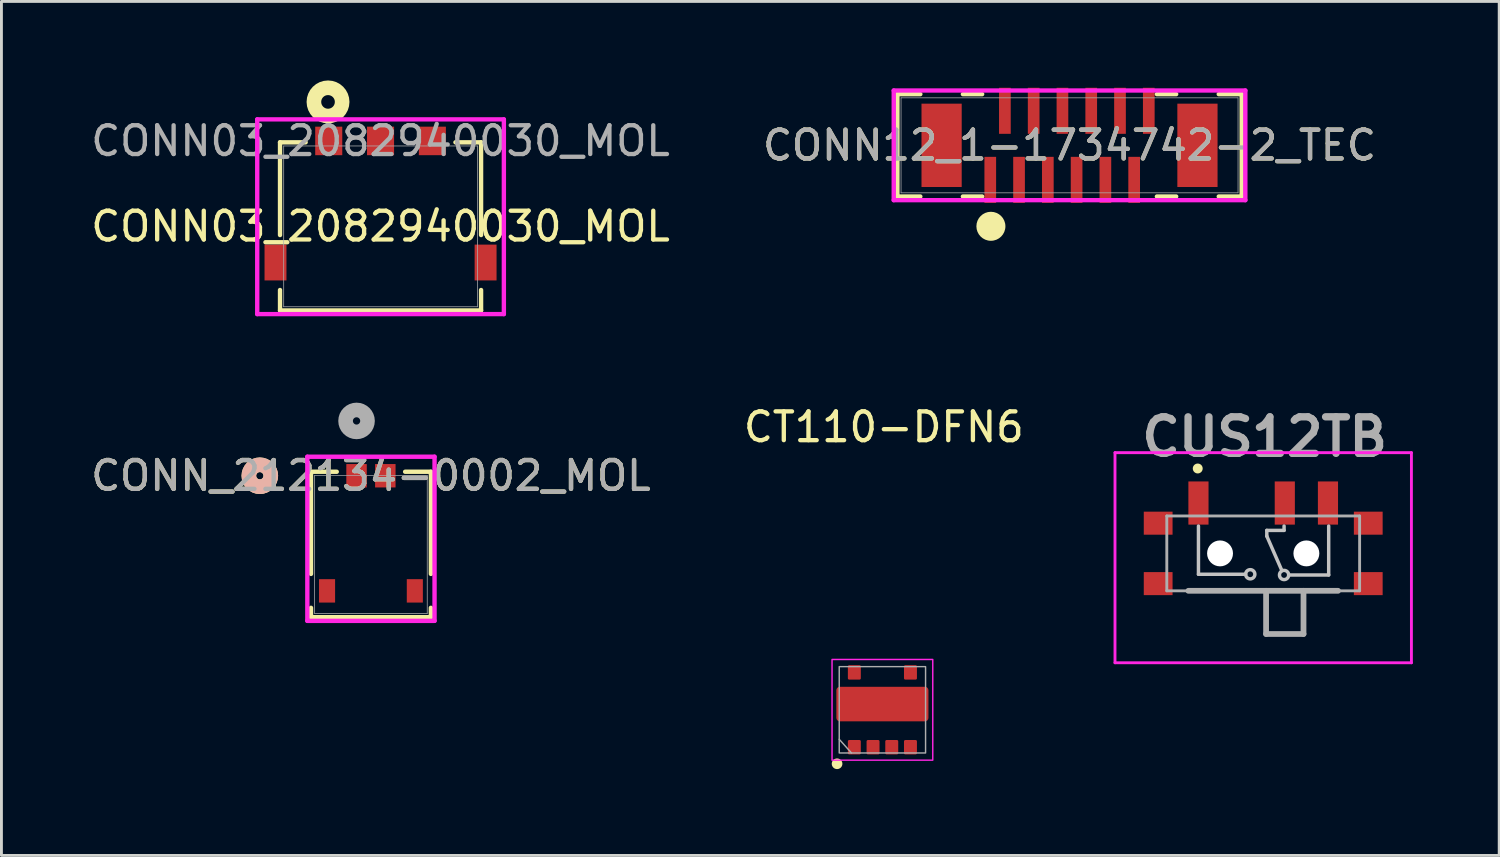
<source format=kicad_pcb>
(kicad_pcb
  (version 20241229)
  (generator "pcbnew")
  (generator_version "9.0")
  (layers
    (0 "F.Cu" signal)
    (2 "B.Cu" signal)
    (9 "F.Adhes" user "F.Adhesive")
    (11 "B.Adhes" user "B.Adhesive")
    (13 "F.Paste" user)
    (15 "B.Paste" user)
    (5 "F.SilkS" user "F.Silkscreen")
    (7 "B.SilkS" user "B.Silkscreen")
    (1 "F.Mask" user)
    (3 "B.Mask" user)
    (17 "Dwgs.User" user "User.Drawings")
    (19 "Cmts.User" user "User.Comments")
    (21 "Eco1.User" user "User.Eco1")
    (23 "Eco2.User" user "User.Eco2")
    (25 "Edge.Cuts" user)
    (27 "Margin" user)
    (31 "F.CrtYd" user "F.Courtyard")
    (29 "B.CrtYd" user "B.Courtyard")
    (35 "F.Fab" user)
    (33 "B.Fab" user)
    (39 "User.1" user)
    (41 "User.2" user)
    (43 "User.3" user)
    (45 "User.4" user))
  (footprint "CONN03_2082940030_MOL"
    (layer "F.Cu")
    (at 10.173 4.816)
    (property "Reference" "CONN03_2082940030_MOL" (at 0 0 0) (unlocked yes) (layer "F.SilkS") (effects (font (size 1 1) (thickness 0.15))))
    (attr smd)
    (fp_line (start -3.493 -2.921) (end -3.493 0.301) (stroke (width 0.152) (type solid)) (layer "F.SilkS"))
    (fp_line (start -3.493 2.211) (end -3.493 2.921) (stroke (width 0.152) (type solid)) (layer "F.SilkS"))
    (fp_line (start -3.493 2.921) (end 3.493 2.921) (stroke (width 0.152) (type solid)) (layer "F.SilkS"))
    (fp_line (start -2.603 -2.921) (end -3.493 -2.921) (stroke (width 0.152) (type solid)) (layer "F.SilkS"))
    (fp_line (start 3.493 -2.921) (end 2.603 -2.921) (stroke (width 0.152) (type solid)) (layer "F.SilkS"))
    (fp_line (start 3.493 0.301) (end 3.493 -2.921) (stroke (width 0.152) (type solid)) (layer "F.SilkS"))
    (fp_line (start 3.493 2.921) (end 3.493 2.211) (stroke (width 0.152) (type solid)) (layer "F.SilkS"))
    (fp_circle (center -1.825 -4.325) (end -1.588 -4.325) (stroke (width 0.508) (type solid)) (fill no) (layer "F.SilkS"))
    (fp_line (start -4.285 -3.718) (end -4.285 3.048) (stroke (width 0.152) (type solid)) (layer "F.CrtYd"))
    (fp_line (start -4.285 3.048) (end 4.285 3.048) (stroke (width 0.152) (type solid)) (layer "F.CrtYd"))
    (fp_line (start 4.285 -3.718) (end -4.285 -3.718) (stroke (width 0.152) (type solid)) (layer "F.CrtYd"))
    (fp_line (start 4.285 3.048) (end 4.285 -3.718) (stroke (width 0.152) (type solid)) (layer "F.CrtYd"))
    (fp_line (start -3.365 -2.794) (end -3.365 2.794) (stroke (width 0.025) (type solid)) (layer "F.Fab"))
    (fp_line (start -3.365 2.794) (end 3.365 2.794) (stroke (width 0.025) (type solid)) (layer "F.Fab"))
    (fp_line (start 3.365 -2.794) (end -3.365 -2.794) (stroke (width 0.025) (type solid)) (layer "F.Fab"))
    (fp_line (start 3.365 2.794) (end 3.365 -2.794) (stroke (width 0.025) (type solid)) (layer "F.Fab"))
    (fp_text user "${REFERENCE}" (at 0 -2.969 0) (unlocked yes) (layer "F.Fab") (effects (font (size 1 1) (thickness 0.15))))
    (pad "1" smd rect (at -1.8 -2.969) (size 0.94 0.991) (layers "F.Cu" "F.Mask" "F.Paste"))
    (pad "2" smd rect (at 0 -2.969) (size 0.94 0.991) (layers "F.Cu" "F.Mask" "F.Paste"))
    (pad "3" smd rect (at 1.8 -2.969) (size 0.94 0.991) (layers "F.Cu" "F.Mask" "F.Paste"))
    (pad "4" smd rect (at -3.65 1.256) (size 0.762 1.245) (layers "F.Cu" "F.Mask" "F.Paste"))
    (pad "5" smd rect (at 3.65 1.256) (size 0.762 1.245) (layers "F.Cu" "F.Mask" "F.Paste")))
  (footprint "CUS12TB"
    (layer "F.Cu")
    (at 39.343 16.179)
    (property "Reference" "CUS12TB" (at 1.55 -4.05 0) (layer "F.Fab") (effects (font (size 1.27 1.27) (thickness 0.254))))
    (attr smd)
    (fp_circle (center -0.775 -2.95) (end -0.663 -2.95) (stroke (width 0.12) (type solid)) (fill yes) (layer "F.SilkS"))
    (fp_line (start -0.75 0.725) (end -0.75 -0.95) (stroke (width 0.12) (type solid)) (layer "Dwgs.User"))
    (fp_line (start 0.89 0.725) (end -0.75 0.725) (stroke (width 0.12) (type solid)) (layer "Dwgs.User"))
    (fp_line (start 1.625 -0.8) (end 1.625 -0.6) (stroke (width 0.12) (type solid)) (layer "Dwgs.User"))
    (fp_line (start 1.625 -0.6) (end 2.15 0.6) (stroke (width 0.12) (type solid)) (layer "Dwgs.User"))
    (fp_line (start 2.225 -0.95) (end 2.225 -0.8) (stroke (width 0.12) (type solid)) (layer "Dwgs.User"))
    (fp_line (start 2.225 -0.8) (end 1.625 -0.8) (stroke (width 0.12) (type solid)) (layer "Dwgs.User"))
    (fp_line (start 2.385 0.75) (end 3.775 0.75) (stroke (width 0.12) (type solid)) (layer "Dwgs.User"))
    (fp_line (start 3.775 0.75) (end 3.775 -0.95) (stroke (width 0.12) (type solid)) (layer "Dwgs.User"))
    (fp_circle (center 1.05 0.725) (end 1.15 0.85) (stroke (width 0.12) (type solid)) (fill no) (layer "Dwgs.User"))
    (fp_circle (center 2.225 0.75) (end 2.325 0.875) (stroke (width 0.12) (type solid)) (fill no) (layer "Dwgs.User"))
    (fp_line (start -3.65 -3.5) (end 6.65 -3.5) (stroke (width 0.1) (type solid)) (layer "F.CrtYd"))
    (fp_line (start -3.65 3.8) (end -3.65 -3.5) (stroke (width 0.1) (type solid)) (layer "F.CrtYd"))
    (fp_line (start 6.65 -3.5) (end 6.65 3.8) (stroke (width 0.1) (type solid)) (layer "F.CrtYd"))
    (fp_line (start 6.65 3.8) (end -3.65 3.8) (stroke (width 0.1) (type solid)) (layer "F.CrtYd"))
    (fp_line (start -1.85 -1.3) (end 4.85 -1.3) (stroke (width 0.1) (type solid)) (layer "F.Fab"))
    (fp_line (start -1.85 1.3) (end -1.85 -1.3) (stroke (width 0.1) (type solid)) (layer "F.Fab"))
    (fp_line (start -1.1 1.3) (end 4.1 1.3) (stroke (width 0.2) (type solid)) (layer "F.Fab"))
    (fp_line (start 1.6 1.3) (end 1.6 2.8) (stroke (width 0.1) (type solid)) (layer "F.Fab"))
    (fp_line (start 1.6 1.3) (end 1.6 2.8) (stroke (width 0.2) (type solid)) (layer "F.Fab"))
    (fp_line (start 1.6 2.8) (end 2.9 2.8) (stroke (width 0.1) (type solid)) (layer "F.Fab"))
    (fp_line (start 1.6 2.8) (end 2.9 2.8) (stroke (width 0.2) (type solid)) (layer "F.Fab"))
    (fp_line (start 2.9 2.8) (end 2.9 1.3) (stroke (width 0.1) (type solid)) (layer "F.Fab"))
    (fp_line (start 2.9 2.8) (end 2.9 1.3) (stroke (width 0.2) (type solid)) (layer "F.Fab"))
    (fp_line (start 4.85 -1.3) (end 4.85 1.3) (stroke (width 0.1) (type solid)) (layer "F.Fab"))
    (fp_line (start 4.85 1.3) (end -1.85 1.3) (stroke (width 0.1) (type solid)) (layer "F.Fab"))
    (pad "" np_thru_hole circle (at 0 0) (size 0.9 0.9) (drill 0.9) (layers "*.Cu" "*.Mask"))
    (pad "" np_thru_hole circle (at 3 0) (size 0.9 0.9) (drill 0.9) (layers "*.Cu" "*.Mask"))
    (pad "1" smd rect (at -0.75 -1.75) (size 0.7 1.5) (layers "F.Cu" "F.Mask" "F.Paste"))
    (pad "2" smd rect (at 2.25 -1.75) (size 0.7 1.5) (layers "F.Cu" "F.Mask" "F.Paste"))
    (pad "3" smd rect (at 3.75 -1.75) (size 0.7 1.5) (layers "F.Cu" "F.Mask" "F.Paste"))
    (pad "MP1" smd rect (at -2.15 -1.05 90) (size 0.8 1) (layers "F.Cu" "F.Mask" "F.Paste"))
    (pad "MP2" smd rect (at 5.15 -1.05 90) (size 0.8 1) (layers "F.Cu" "F.Mask" "F.Paste"))
    (pad "MP3" smd rect (at -2.15 1.05 90) (size 0.8 1) (layers "F.Cu" "F.Mask" "F.Paste"))
    (pad "MP4" smd rect (at 5.15 1.05 90) (size 0.8 1) (layers "F.Cu" "F.Mask" "F.Paste")))
  (footprint "CT110-DFN6"
    (layer "F.Cu")
    (at 27.611 21.614)
    (property "Reference" "CT110-DFN6" (at 0.05 -9.825 0) (unlocked yes) (layer "F.SilkS") (effects (font (size 1 1) (thickness 0.15))))
    (attr smd)
    (fp_circle (center -1.575 1.875) (end -1.45 1.875) (stroke (width 0.12) (type solid)) (fill yes) (layer "F.SilkS"))
    (fp_rect (start -1.75 -1.75) (end 1.75 1.75) (stroke (width 0.05) (type solid)) (fill no) (layer "F.CrtYd"))
    (fp_line (start -1.5 1.025) (end -1.075 1.5) (stroke (width 0.05) (type solid)) (layer "F.Fab"))
    (fp_rect (start -1.5 -1.5) (end 1.5 1.5) (stroke (width 0.05) (type solid)) (fill no) (layer "F.Fab"))
    (pad "1" smd roundrect (at -0.975 1.3) (size 0.45 0.5) (layers "F.Cu" "F.Mask" "F.Paste") (roundrect_rratio 0.1))
    (pad "2" smd roundrect (at -0.325 1.3) (size 0.45 0.5) (layers "F.Cu" "F.Mask" "F.Paste") (roundrect_rratio 0.1))
    (pad "3" smd roundrect (at 0.325 1.3) (size 0.45 0.5) (layers "F.Cu" "F.Mask" "F.Paste") (roundrect_rratio 0.1))
    (pad "4" smd roundrect (at 0.975 1.3) (size 0.45 0.5) (layers "F.Cu" "F.Mask" "F.Paste") (roundrect_rratio 0.1))
    (pad "5" smd roundrect (at 0 -0.2) (size 3.2 1.2) (layers "F.Cu" "F.Mask" "F.Paste") (roundrect_rratio 0.1))
    (pad "NC" smd roundrect (at -0.975 -1.3) (size 0.45 0.5) (layers "F.Cu" "F.Mask" "F.Paste") (roundrect_rratio 0.1))
    (pad "NC" smd roundrect (at 0.975 -1.3) (size 0.45 0.5) (layers "F.Cu" "F.Mask" "F.Paste") (roundrect_rratio 0.1)))
  (footprint "CONN12_1-1734742-2_TEC"
    (layer "F.Cu")
    (at 31.381 3.213)
    (property "Reference" "CONN12_1-1734742-2_TEC" (at 2.732 -1.213 0) (unlocked yes) (layer "F.SilkS") (effects (font (size 1 1) (thickness 0.15))))
    (attr smd)
    (fp_line (start -3.249 -2.991) (end -3.249 0.565) (stroke (width 0.152) (type solid)) (layer "F.SilkS"))
    (fp_line (start -3.249 0.565) (end -2.452 0.565) (stroke (width 0.152) (type solid)) (layer "F.SilkS"))
    (fp_line (start -2.452 -2.991) (end -3.249 -2.991) (stroke (width 0.152) (type solid)) (layer "F.SilkS"))
    (fp_line (start -0.973 0.565) (end -0.304 0.565) (stroke (width 0.152) (type solid)) (layer "F.SilkS"))
    (fp_line (start -0.304 -2.991) (end -0.973 -2.991) (stroke (width 0.152) (type solid)) (layer "F.SilkS"))
    (fp_line (start 5.768 0.565) (end 6.438 0.565) (stroke (width 0.152) (type solid)) (layer "F.SilkS"))
    (fp_line (start 6.438 -2.991) (end 5.768 -2.991) (stroke (width 0.152) (type solid)) (layer "F.SilkS"))
    (fp_line (start 7.917 0.565) (end 8.714 0.565) (stroke (width 0.152) (type solid)) (layer "F.SilkS"))
    (fp_line (start 8.714 -2.991) (end 7.917 -2.991) (stroke (width 0.152) (type solid)) (layer "F.SilkS"))
    (fp_line (start 8.714 0.565) (end 8.714 -2.991) (stroke (width 0.152) (type solid)) (layer "F.SilkS"))
    (fp_circle (center 0 1.6) (end 0.25 1.6) (stroke (width 0.508) (type solid)) (fill yes) (layer "F.SilkS"))
    (fp_line (start -3.376 -3.118) (end -3.376 0.692) (stroke (width 0.152) (type solid)) (layer "F.CrtYd"))
    (fp_line (start -3.376 0.692) (end 8.841 0.692) (stroke (width 0.152) (type solid)) (layer "F.CrtYd"))
    (fp_line (start 8.841 -3.118) (end -3.376 -3.118) (stroke (width 0.152) (type solid)) (layer "F.CrtYd"))
    (fp_line (start 8.841 0.692) (end 8.841 -3.118) (stroke (width 0.152) (type solid)) (layer "F.CrtYd"))
    (fp_line (start -3.122 -2.864) (end -3.122 0.438) (stroke (width 0.025) (type solid)) (layer "F.Fab"))
    (fp_line (start -3.122 0.438) (end 8.587 0.438) (stroke (width 0.025) (type solid)) (layer "F.Fab"))
    (fp_line (start 8.587 -2.864) (end -3.122 -2.864) (stroke (width 0.025) (type solid)) (layer "F.Fab"))
    (fp_line (start 8.587 0.438) (end 8.587 -2.864) (stroke (width 0.025) (type solid)) (layer "F.Fab"))
    (fp_text user "${REFERENCE}" (at 2.732 -1.213 0) (unlocked yes) (layer "F.Fab") (effects (font (size 1 1) (thickness 0.15))))
    (pad "1" smd rect (at -0.022 -0.013) (size 0.406 1.6) (layers "F.Cu" "F.Mask" "F.Paste"))
    (pad "2" smd rect (at 0.978 -0.013) (size 0.406 1.6) (layers "F.Cu" "F.Mask" "F.Paste"))
    (pad "3" smd rect (at 1.978 -0.013) (size 0.406 1.6) (layers "F.Cu" "F.Mask" "F.Paste"))
    (pad "4" smd rect (at 2.978 -0.013) (size 0.406 1.6) (layers "F.Cu" "F.Mask" "F.Paste"))
    (pad "5" smd rect (at 3.978 -0.013) (size 0.406 1.6) (layers "F.Cu" "F.Mask" "F.Paste"))
    (pad "6" smd rect (at 4.978 -0.013) (size 0.406 1.6) (layers "F.Cu" "F.Mask" "F.Paste"))
    (pad "7" smd rect (at 0.486 -2.413) (size 0.406 1.6) (layers "F.Cu" "F.Mask" "F.Paste"))
    (pad "8" smd rect (at 1.486 -2.413) (size 0.406 1.6) (layers "F.Cu" "F.Mask" "F.Paste"))
    (pad "9" smd rect (at 2.486 -2.413) (size 0.406 1.6) (layers "F.Cu" "F.Mask" "F.Paste"))
    (pad "10" smd rect (at 3.486 -2.413) (size 0.406 1.6) (layers "F.Cu" "F.Mask" "F.Paste"))
    (pad "11" smd rect (at 4.486 -2.413) (size 0.406 1.6) (layers "F.Cu" "F.Mask" "F.Paste"))
    (pad "12" smd rect (at 5.486 -2.413) (size 0.406 1.6) (layers "F.Cu" "F.Mask" "F.Paste"))
    (pad "13" smd rect (at -1.713 -1.213) (size 1.397 2.896) (layers "F.Cu" "F.Mask" "F.Paste"))
    (pad "14" smd rect (at 7.177 -1.213) (size 1.397 2.896) (layers "F.Cu" "F.Mask" "F.Paste")))
  (footprint "CONN_212134-0002_MOL"
    (layer "F.Cu")
    (at 9.839 15.869)
    (property "Reference" "CONN_212134-0002_MOL" (at 0 -2.388 0) (unlocked yes) (layer "F.SilkS") (effects (font (size 1 1) (thickness 0.15))))
    (attr smd)
    (fp_line (start -2.083 -2.527) (end -2.083 1.023) (stroke (width 0.152) (type solid)) (layer "F.SilkS"))
    (fp_line (start -2.083 2.201) (end -2.083 2.527) (stroke (width 0.152) (type solid)) (layer "F.SilkS"))
    (fp_line (start -2.083 2.527) (end 2.083 2.527) (stroke (width 0.152) (type solid)) (layer "F.SilkS"))
    (fp_line (start -1.188 -2.527) (end -2.083 -2.527) (stroke (width 0.152) (type solid)) (layer "F.SilkS"))
    (fp_line (start 2.083 -2.527) (end 1.188 -2.527) (stroke (width 0.152) (type solid)) (layer "F.SilkS"))
    (fp_line (start 2.083 1.023) (end 2.083 -2.527) (stroke (width 0.152) (type solid)) (layer "F.SilkS"))
    (fp_line (start 2.083 2.527) (end 2.083 2.201) (stroke (width 0.152) (type solid)) (layer "F.SilkS"))
    (fp_circle (center -3.861 -2.388) (end -3.48 -2.388) (stroke (width 0.508) (type solid)) (fill no) (layer "F.SilkS"))
    (fp_circle (center -3.861 -2.388) (end -3.48 -2.388) (stroke (width 0.508) (type solid)) (fill no) (layer "B.SilkS"))
    (fp_line (start -2.21 -3.049) (end -2.21 2.654) (stroke (width 0.152) (type solid)) (layer "F.CrtYd"))
    (fp_line (start -2.21 2.654) (end 2.21 2.654) (stroke (width 0.152) (type solid)) (layer "F.CrtYd"))
    (fp_line (start 2.21 -3.049) (end -2.21 -3.049) (stroke (width 0.152) (type solid)) (layer "F.CrtYd"))
    (fp_line (start 2.21 2.654) (end 2.21 -3.049) (stroke (width 0.152) (type solid)) (layer "F.CrtYd"))
    (fp_line (start -1.956 -2.4) (end -1.956 2.4) (stroke (width 0.025) (type solid)) (layer "F.Fab"))
    (fp_line (start -1.956 2.4) (end 1.956 2.4) (stroke (width 0.025) (type solid)) (layer "F.Fab"))
    (fp_line (start 1.956 -2.4) (end -1.956 -2.4) (stroke (width 0.025) (type solid)) (layer "F.Fab"))
    (fp_line (start 1.956 2.4) (end 1.956 -2.4) (stroke (width 0.025) (type solid)) (layer "F.Fab"))
    (fp_circle (center -0.5 -4.293) (end -0.119 -4.293) (stroke (width 0.508) (type solid)) (fill no) (layer "F.Fab"))
    (fp_text user "${REFERENCE}" (at 0 -2.388 0) (unlocked yes) (layer "F.Fab") (effects (font (size 1 1) (thickness 0.15))))
    (pad "1" smd rect (at -0.5 -2.388) (size 0.711 0.813) (layers "F.Cu" "F.Mask" "F.Paste"))
    (pad "2" smd rect (at 0.5 -2.388) (size 0.711 0.813) (layers "F.Cu" "F.Mask" "F.Paste"))
    (pad "3" smd rect (at -1.525 1.612) (size 0.559 0.813) (layers "F.Cu" "F.Mask" "F.Paste"))
    (pad "4" smd rect (at 1.525 1.612) (size 0.559 0.813) (layers "F.Cu" "F.Mask" "F.Paste")))
  (gr_rect
    (start -3 -3)
    (end 49.043 26.674)
    (stroke (width 0.1) (type default))
    (fill no)
    (layer "Edge.Cuts")))
</source>
